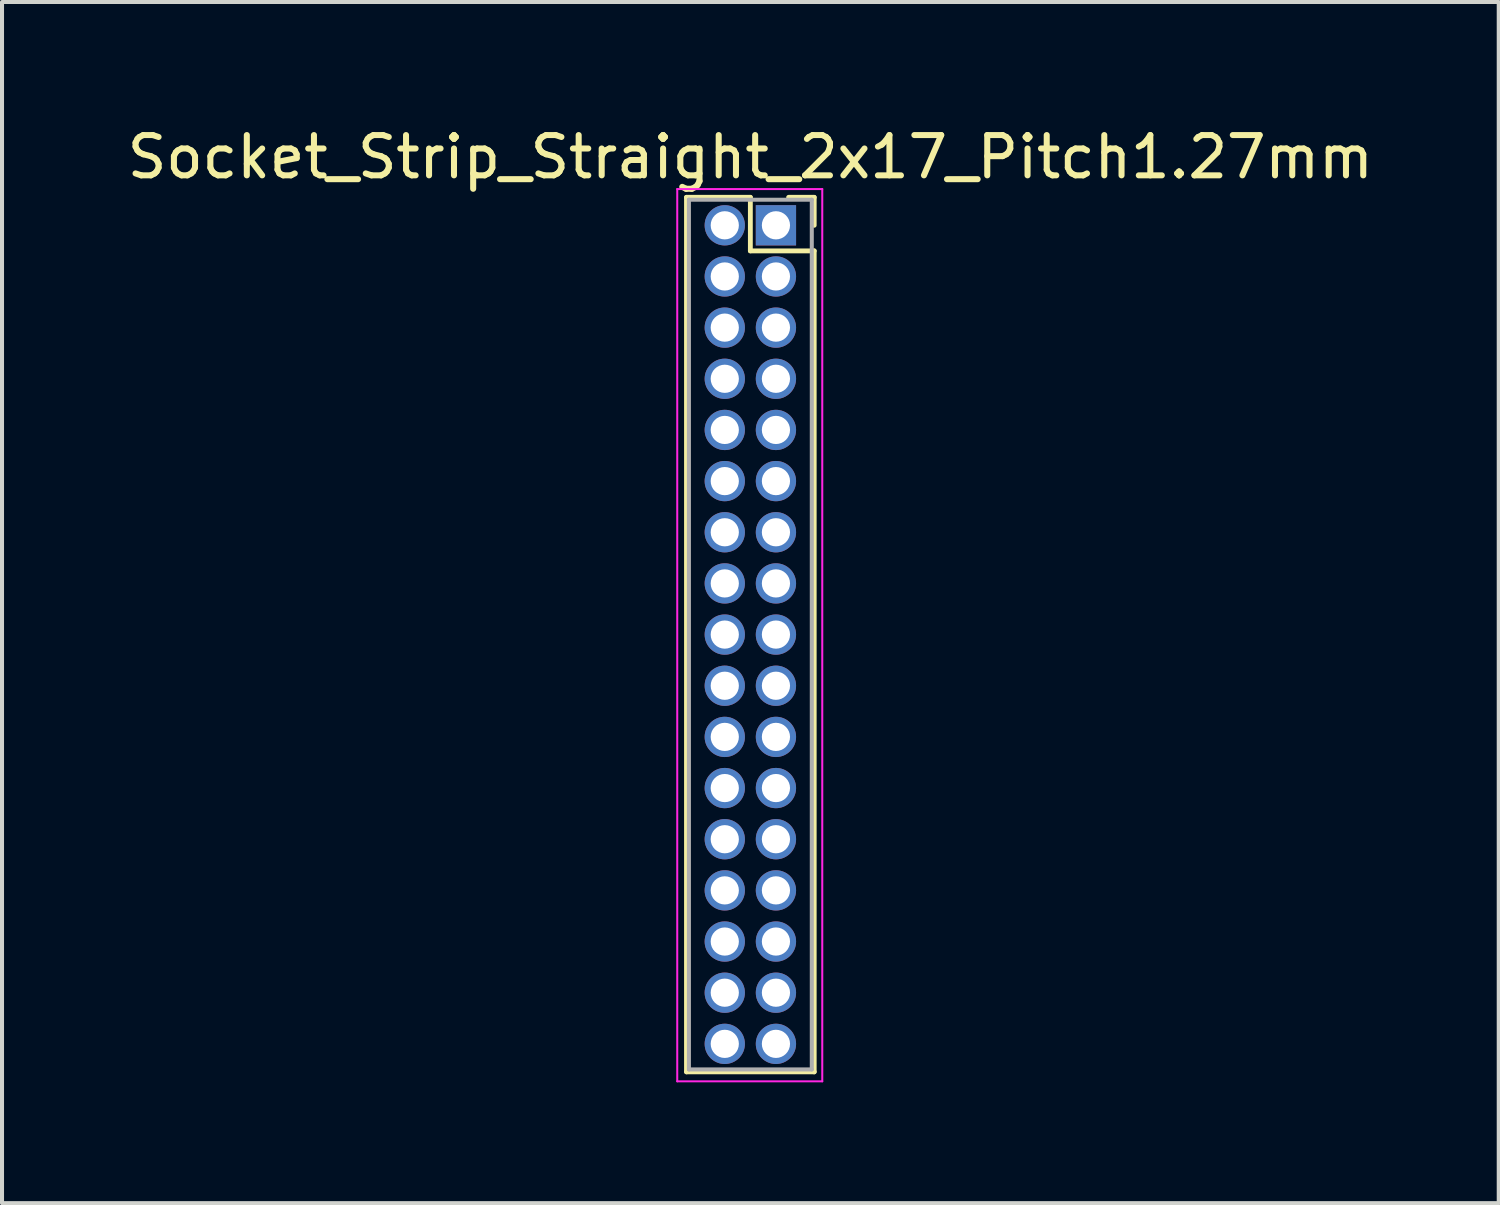
<source format=kicad_pcb>
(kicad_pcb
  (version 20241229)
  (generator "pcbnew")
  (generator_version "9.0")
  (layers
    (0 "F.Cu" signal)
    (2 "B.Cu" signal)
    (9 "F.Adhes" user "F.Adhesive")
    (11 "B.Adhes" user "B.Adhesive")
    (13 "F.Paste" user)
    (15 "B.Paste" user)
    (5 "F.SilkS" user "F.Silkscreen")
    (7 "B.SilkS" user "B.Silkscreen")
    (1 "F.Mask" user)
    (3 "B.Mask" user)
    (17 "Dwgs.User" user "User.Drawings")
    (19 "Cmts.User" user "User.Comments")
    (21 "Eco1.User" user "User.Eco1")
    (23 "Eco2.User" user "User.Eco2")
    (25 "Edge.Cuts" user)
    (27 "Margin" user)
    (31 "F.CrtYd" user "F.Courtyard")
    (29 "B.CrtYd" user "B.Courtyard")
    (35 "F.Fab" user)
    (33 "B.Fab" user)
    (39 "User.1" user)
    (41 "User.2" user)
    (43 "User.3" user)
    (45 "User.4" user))
  (footprint "Socket_Strip_Straight_2x17_Pitch1.27mm"
    (layer "F.Cu")
    (at 16.212 2.543)
    (property "Reference" "Socket_Strip_Straight_2x17_Pitch1.27mm" (at -0.635 -1.695 0) (layer "F.SilkS") (effects (font (size 1 1) (thickness 0.15))))
    (attr through_hole)
    (fp_line (start -2.22 -0.695) (end -0.635 -0.695) (stroke (width 0.12) (type solid)) (layer "F.SilkS"))
    (fp_line (start -2.22 21.015) (end -2.22 -0.695) (stroke (width 0.12) (type solid)) (layer "F.SilkS"))
    (fp_line (start -0.635 -0.695) (end -0.635 0.635) (stroke (width 0.12) (type solid)) (layer "F.SilkS"))
    (fp_line (start -0.635 0.635) (end 0.95 0.635) (stroke (width 0.12) (type solid)) (layer "F.SilkS"))
    (fp_line (start 0.95 -0.695) (end 0.315 -0.695) (stroke (width 0.12) (type solid)) (layer "F.SilkS"))
    (fp_line (start 0.95 0) (end 0.95 -0.695) (stroke (width 0.12) (type solid)) (layer "F.SilkS"))
    (fp_line (start 0.95 0.635) (end 0.95 21.015) (stroke (width 0.12) (type solid)) (layer "F.SilkS"))
    (fp_line (start 0.95 21.015) (end -2.22 21.015) (stroke (width 0.12) (type solid)) (layer "F.SilkS"))
    (fp_line (start -2.45 -0.9) (end -2.45 21.25) (stroke (width 0.05) (type solid)) (layer "F.CrtYd"))
    (fp_line (start -2.45 21.25) (end 1.15 21.25) (stroke (width 0.05) (type solid)) (layer "F.CrtYd"))
    (fp_line (start 1.15 -0.9) (end -2.45 -0.9) (stroke (width 0.05) (type solid)) (layer "F.CrtYd"))
    (fp_line (start 1.15 21.25) (end 1.15 -0.9) (stroke (width 0.05) (type solid)) (layer "F.CrtYd"))
    (fp_line (start -2.16 -0.635) (end -2.16 20.955) (stroke (width 0.1) (type solid)) (layer "F.Fab"))
    (fp_line (start -2.16 20.955) (end 0.89 20.955) (stroke (width 0.1) (type solid)) (layer "F.Fab"))
    (fp_line (start 0.89 -0.635) (end -2.16 -0.635) (stroke (width 0.1) (type solid)) (layer "F.Fab"))
    (fp_line (start 0.89 20.955) (end 0.89 -0.635) (stroke (width 0.1) (type solid)) (layer "F.Fab"))
    (pad "1" thru_hole rect (at 0 0) (size 1 1) (drill 0.7) (layers "*.Cu" "*.Mask"))
    (pad "2" thru_hole oval (at -1.27 0) (size 1 1) (drill 0.7) (layers "*.Cu" "*.Mask"))
    (pad "3" thru_hole oval (at 0 1.27) (size 1 1) (drill 0.7) (layers "*.Cu" "*.Mask"))
    (pad "4" thru_hole oval (at -1.27 1.27) (size 1 1) (drill 0.7) (layers "*.Cu" "*.Mask"))
    (pad "5" thru_hole oval (at 0 2.54) (size 1 1) (drill 0.7) (layers "*.Cu" "*.Mask"))
    (pad "6" thru_hole oval (at -1.27 2.54) (size 1 1) (drill 0.7) (layers "*.Cu" "*.Mask"))
    (pad "7" thru_hole oval (at 0 3.81) (size 1 1) (drill 0.7) (layers "*.Cu" "*.Mask"))
    (pad "8" thru_hole oval (at -1.27 3.81) (size 1 1) (drill 0.7) (layers "*.Cu" "*.Mask"))
    (pad "9" thru_hole oval (at 0 5.08) (size 1 1) (drill 0.7) (layers "*.Cu" "*.Mask"))
    (pad "10" thru_hole oval (at -1.27 5.08) (size 1 1) (drill 0.7) (layers "*.Cu" "*.Mask"))
    (pad "11" thru_hole oval (at 0 6.35) (size 1 1) (drill 0.7) (layers "*.Cu" "*.Mask"))
    (pad "12" thru_hole oval (at -1.27 6.35) (size 1 1) (drill 0.7) (layers "*.Cu" "*.Mask"))
    (pad "13" thru_hole oval (at 0 7.62) (size 1 1) (drill 0.7) (layers "*.Cu" "*.Mask"))
    (pad "14" thru_hole oval (at -1.27 7.62) (size 1 1) (drill 0.7) (layers "*.Cu" "*.Mask"))
    (pad "15" thru_hole oval (at 0 8.89) (size 1 1) (drill 0.7) (layers "*.Cu" "*.Mask"))
    (pad "16" thru_hole oval (at -1.27 8.89) (size 1 1) (drill 0.7) (layers "*.Cu" "*.Mask"))
    (pad "17" thru_hole oval (at 0 10.16) (size 1 1) (drill 0.7) (layers "*.Cu" "*.Mask"))
    (pad "18" thru_hole oval (at -1.27 10.16) (size 1 1) (drill 0.7) (layers "*.Cu" "*.Mask"))
    (pad "19" thru_hole oval (at 0 11.43) (size 1 1) (drill 0.7) (layers "*.Cu" "*.Mask"))
    (pad "20" thru_hole oval (at -1.27 11.43) (size 1 1) (drill 0.7) (layers "*.Cu" "*.Mask"))
    (pad "21" thru_hole oval (at 0 12.7) (size 1 1) (drill 0.7) (layers "*.Cu" "*.Mask"))
    (pad "22" thru_hole oval (at -1.27 12.7) (size 1 1) (drill 0.7) (layers "*.Cu" "*.Mask"))
    (pad "23" thru_hole oval (at 0 13.97) (size 1 1) (drill 0.7) (layers "*.Cu" "*.Mask"))
    (pad "24" thru_hole oval (at -1.27 13.97) (size 1 1) (drill 0.7) (layers "*.Cu" "*.Mask"))
    (pad "25" thru_hole oval (at 0 15.24) (size 1 1) (drill 0.7) (layers "*.Cu" "*.Mask"))
    (pad "26" thru_hole oval (at -1.27 15.24) (size 1 1) (drill 0.7) (layers "*.Cu" "*.Mask"))
    (pad "27" thru_hole oval (at 0 16.51) (size 1 1) (drill 0.7) (layers "*.Cu" "*.Mask"))
    (pad "28" thru_hole oval (at -1.27 16.51) (size 1 1) (drill 0.7) (layers "*.Cu" "*.Mask"))
    (pad "29" thru_hole oval (at 0 17.78) (size 1 1) (drill 0.7) (layers "*.Cu" "*.Mask"))
    (pad "30" thru_hole oval (at -1.27 17.78) (size 1 1) (drill 0.7) (layers "*.Cu" "*.Mask"))
    (pad "31" thru_hole oval (at 0 19.05) (size 1 1) (drill 0.7) (layers "*.Cu" "*.Mask"))
    (pad "32" thru_hole oval (at -1.27 19.05) (size 1 1) (drill 0.7) (layers "*.Cu" "*.Mask"))
    (pad "33" thru_hole oval (at 0 20.32) (size 1 1) (drill 0.7) (layers "*.Cu" "*.Mask"))
    (pad "34" thru_hole oval (at -1.27 20.32) (size 1 1) (drill 0.7) (layers "*.Cu" "*.Mask")))
  (gr_rect
    (start -3 -3)
    (end 34.155 26.818)
    (stroke (width 0.1) (type default))
    (fill no)
    (layer "Edge.Cuts")))
</source>
